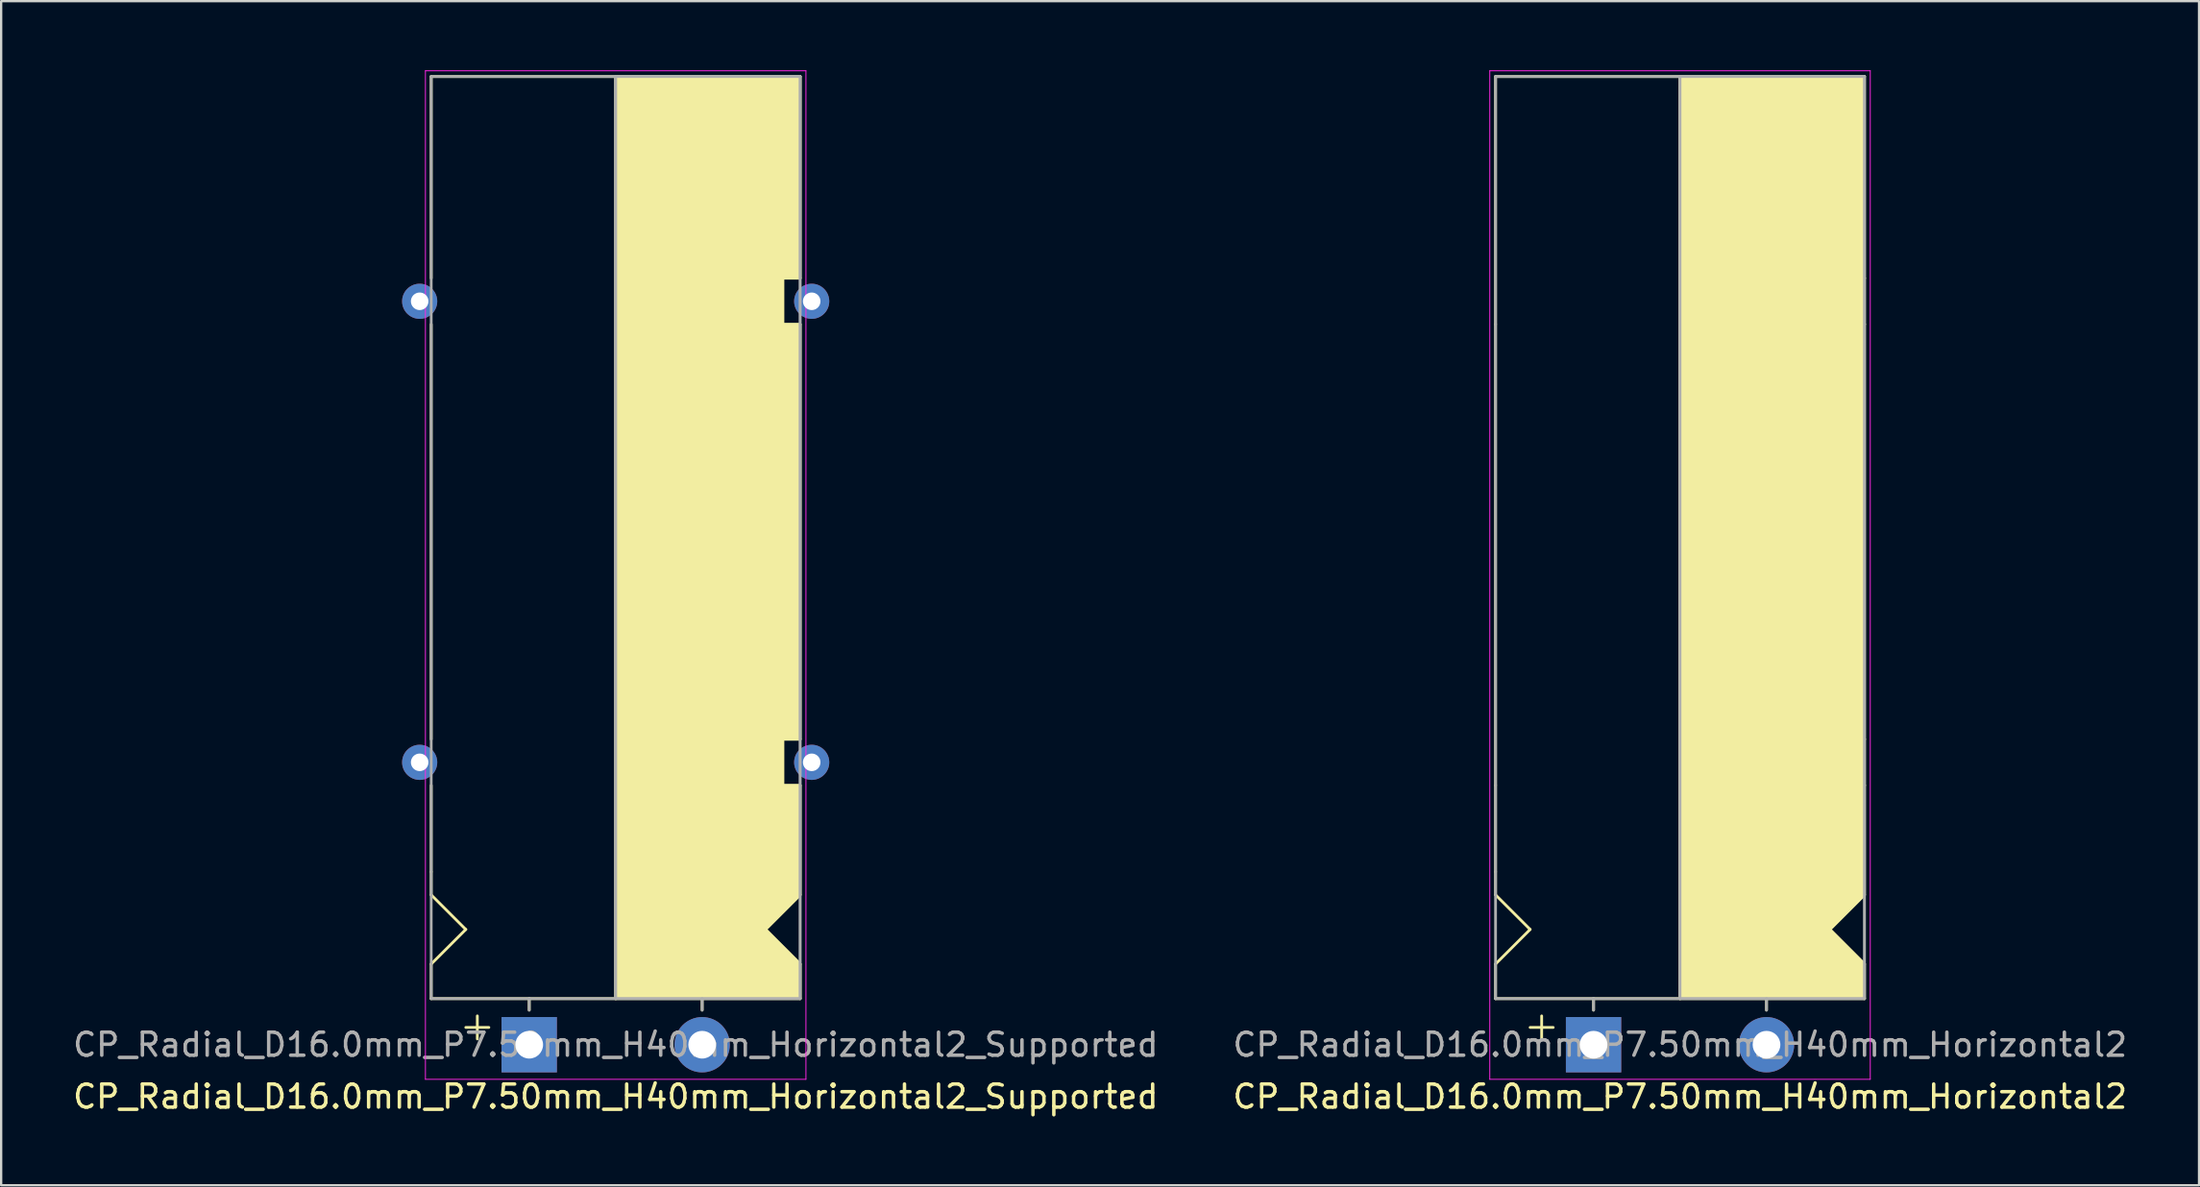
<source format=kicad_pcb>
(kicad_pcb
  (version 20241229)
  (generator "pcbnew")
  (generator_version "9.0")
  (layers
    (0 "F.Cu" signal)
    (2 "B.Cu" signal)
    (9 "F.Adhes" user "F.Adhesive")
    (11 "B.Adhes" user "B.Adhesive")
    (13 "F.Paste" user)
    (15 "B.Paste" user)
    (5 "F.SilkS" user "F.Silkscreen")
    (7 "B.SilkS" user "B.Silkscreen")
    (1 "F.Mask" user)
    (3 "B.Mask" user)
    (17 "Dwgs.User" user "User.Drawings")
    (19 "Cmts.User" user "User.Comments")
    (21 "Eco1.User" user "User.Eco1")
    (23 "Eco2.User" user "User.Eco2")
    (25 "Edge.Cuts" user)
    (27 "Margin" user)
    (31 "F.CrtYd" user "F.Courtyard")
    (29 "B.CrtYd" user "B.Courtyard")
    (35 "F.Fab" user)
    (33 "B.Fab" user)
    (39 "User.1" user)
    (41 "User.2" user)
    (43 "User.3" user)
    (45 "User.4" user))
  (footprint "CP_Radial_D16.0mm_P7.50mm_H40mm_Horizontal2_Supported"
    (layer "F.Cu")
    (at 19.899 42.27)
    (property "Reference" "CP_Radial_D16.0mm_P7.50mm_H40mm_Horizontal2_Supported" (at 3.75 2.25 0) (layer "F.SilkS") (effects (font (size 1 1) (thickness 0.15))))
    (attr through_hole)
    (fp_line (start -4.25 -33.25) (end -4.25 -42) (stroke (width 0.12) (type solid)) (layer "F.SilkS"))
    (fp_line (start -4.25 -31.25) (end -4.25 -13.25) (stroke (width 0.12) (type solid)) (layer "F.SilkS"))
    (fp_line (start -4.25 -7.5) (end -4.25 -11.25) (stroke (width 0.12) (type solid)) (layer "F.SilkS"))
    (fp_line (start -4.25 -6.5) (end -4.25 -7.5) (stroke (width 0.12) (type solid)) (layer "F.SilkS"))
    (fp_line (start -4.25 -3.5) (end -2.75 -5) (stroke (width 0.12) (type solid)) (layer "F.SilkS"))
    (fp_line (start -4.25 -2) (end -4.25 -3.5) (stroke (width 0.12) (type solid)) (layer "F.SilkS"))
    (fp_line (start -2.75 -5) (end -4.25 -6.5) (stroke (width 0.12) (type solid)) (layer "F.SilkS"))
    (fp_line (start -2.25 -1.25) (end -2.25 -0.25) (stroke (width 0.12) (type solid)) (layer "F.SilkS"))
    (fp_line (start -1.75 -0.75) (end -2.75 -0.75) (stroke (width 0.12) (type solid)) (layer "F.SilkS"))
    (fp_line (start 0 -1.5) (end 0 -2) (stroke (width 0.12) (type solid)) (layer "F.SilkS"))
    (fp_line (start 3.75 -2) (end -4.25 -2) (stroke (width 0.12) (type solid)) (layer "F.SilkS"))
    (fp_line (start 3.75 -2) (end 3.75 -42) (stroke (width 0.12) (type solid)) (layer "F.SilkS"))
    (fp_line (start 3.75 -2) (end 11.75 -2) (stroke (width 0.12) (type solid)) (layer "F.SilkS"))
    (fp_line (start 7.5 -1.5) (end 7.5 -2) (stroke (width 0.12) (type solid)) (layer "F.SilkS"))
    (fp_line (start 10.25 -5) (end 11.75 -6.5) (stroke (width 0.12) (type solid)) (layer "F.SilkS"))
    (fp_line (start 11 -33.25) (end 11 -31.25) (stroke (width 0.12) (type solid)) (layer "F.SilkS"))
    (fp_line (start 11 -31.25) (end 11.75 -31.25) (stroke (width 0.12) (type solid)) (layer "F.SilkS"))
    (fp_line (start 11 -13.25) (end 11 -11.25) (stroke (width 0.12) (type solid)) (layer "F.SilkS"))
    (fp_line (start 11 -11.25) (end 11.75 -11.25) (stroke (width 0.12) (type solid)) (layer "F.SilkS"))
    (fp_line (start 11.75 -42) (end -4.25 -42) (stroke (width 0.12) (type solid)) (layer "F.SilkS"))
    (fp_line (start 11.75 -42) (end 11.75 -33.25) (stroke (width 0.12) (type solid)) (layer "F.SilkS"))
    (fp_line (start 11.75 -33.25) (end 11 -33.25) (stroke (width 0.12) (type solid)) (layer "F.SilkS"))
    (fp_line (start 11.75 -13.25) (end 11 -13.25) (stroke (width 0.12) (type solid)) (layer "F.SilkS"))
    (fp_line (start 11.75 -13.25) (end 11.75 -31.25) (stroke (width 0.12) (type solid)) (layer "F.SilkS"))
    (fp_line (start 11.75 -11.25) (end 11.75 -6.5) (stroke (width 0.12) (type solid)) (layer "F.SilkS"))
    (fp_line (start 11.75 -3.5) (end 10.25 -5) (stroke (width 0.12) (type solid)) (layer "F.SilkS"))
    (fp_line (start 11.75 -2) (end 11.75 -3.5) (stroke (width 0.12) (type solid)) (layer "F.SilkS"))
    (fp_poly (pts (xy 11.75 -3.5) (xy 10.25 -5) (xy 11.75 -6.5) (xy 11.75 -11.25) (xy 11 -11.25) (xy 11 -13.25) (xy 11.75 -13.25) (xy 11.75 -31.25) (xy 11 -31.25) (xy 11 -33.25) (xy 11.75 -33.25) (xy 11.75 -42) (xy 3.75 -42) (xy 3.75 -2) (xy 11.75 -2)) (stroke (width 0.1) (type solid)) (fill yes) (layer "F.SilkS"))
    (fp_line (start -4.5 -42.25) (end -4.5 1.5) (stroke (width 0.04) (type solid)) (layer "F.CrtYd"))
    (fp_line (start -4.5 1.5) (end 12 1.5) (stroke (width 0.04) (type solid)) (layer "F.CrtYd"))
    (fp_line (start 12 -42.25) (end -4.5 -42.25) (stroke (width 0.04) (type solid)) (layer "F.CrtYd"))
    (fp_line (start 12 1.5) (end 12 -42.25) (stroke (width 0.04) (type solid)) (layer "F.CrtYd"))
    (fp_line (start -4.25 -42) (end 11.75 -42) (stroke (width 0.12) (type solid)) (layer "F.Fab"))
    (fp_line (start -4.25 -2) (end -4.25 -42) (stroke (width 0.12) (type solid)) (layer "F.Fab"))
    (fp_line (start 0 -2) (end -4.25 -2) (stroke (width 0.12) (type solid)) (layer "F.Fab"))
    (fp_line (start 0 -1.5) (end 0 -2) (stroke (width 0.12) (type solid)) (layer "F.Fab"))
    (fp_line (start 3.75 -2) (end 3.75 -42) (stroke (width 0.12) (type solid)) (layer "F.Fab"))
    (fp_line (start 7.5 -1.5) (end 7.5 -2) (stroke (width 0.12) (type solid)) (layer "F.Fab"))
    (fp_line (start 11.75 -42) (end 11.75 -2) (stroke (width 0.12) (type solid)) (layer "F.Fab"))
    (fp_line (start 11.75 -2) (end 0 -2) (stroke (width 0.12) (type solid)) (layer "F.Fab"))
    (fp_poly (pts (xy 11.75 -42) (xy 3.75 -42) (xy 3.75 -2) (xy 11.75 -2)) (stroke (width 0.1) (type solid)) (fill no) (layer "F.Fab"))
    (fp_text user "${REFERENCE}" (at 3.75 0 0) (layer "F.Fab") (effects (font (size 1 1) (thickness 0.15))))
    (pad "" thru_hole circle (at -4.75 -32.25 180) (size 1.524 1.524) (drill 0.762) (layers "*.Cu" "*.Mask"))
    (pad "" thru_hole circle (at -4.75 -12.25 180) (size 1.524 1.524) (drill 0.762) (layers "*.Cu" "*.Mask"))
    (pad "" thru_hole circle (at 12.25 -32.25 180) (size 1.524 1.524) (drill 0.762) (layers "*.Cu" "*.Mask"))
    (pad "" thru_hole circle (at 12.25 -12.25 180) (size 1.524 1.524) (drill 0.762) (layers "*.Cu" "*.Mask"))
    (pad "1" thru_hole rect (at 0 0) (size 2.4 2.4) (drill 1.2) (layers "*.Cu" "*.Mask"))
    (pad "2" thru_hole circle (at 7.5 0) (size 2.4 2.4) (drill 1.2) (layers "*.Cu" "*.Mask")))
  (footprint "CP_Radial_D16.0mm_P7.50mm_H40mm_Horizontal2"
    (layer "F.Cu")
    (at 66.054 42.27)
    (property "Reference" "CP_Radial_D16.0mm_P7.50mm_H40mm_Horizontal2" (at 3.75 2.25 0) (layer "F.SilkS") (effects (font (size 1 1) (thickness 0.15))))
    (attr through_hole)
    (fp_line (start -4.25 -31.25) (end -4.25 -42) (stroke (width 0.12) (type solid)) (layer "F.SilkS"))
    (fp_line (start -4.25 -31.25) (end -4.25 -11.25) (stroke (width 0.12) (type solid)) (layer "F.SilkS"))
    (fp_line (start -4.25 -7.5) (end -4.25 -11.25) (stroke (width 0.12) (type solid)) (layer "F.SilkS"))
    (fp_line (start -4.25 -6.5) (end -4.25 -7.5) (stroke (width 0.12) (type solid)) (layer "F.SilkS"))
    (fp_line (start -4.25 -3.5) (end -2.75 -5) (stroke (width 0.12) (type solid)) (layer "F.SilkS"))
    (fp_line (start -4.25 -2) (end -4.25 -3.5) (stroke (width 0.12) (type solid)) (layer "F.SilkS"))
    (fp_line (start -2.75 -5) (end -4.25 -6.5) (stroke (width 0.12) (type solid)) (layer "F.SilkS"))
    (fp_line (start -2.25 -1.25) (end -2.25 -0.25) (stroke (width 0.12) (type solid)) (layer "F.SilkS"))
    (fp_line (start -1.75 -0.75) (end -2.75 -0.75) (stroke (width 0.12) (type solid)) (layer "F.SilkS"))
    (fp_line (start 0 -1.5) (end 0 -2) (stroke (width 0.12) (type solid)) (layer "F.SilkS"))
    (fp_line (start 3.75 -2) (end -4.25 -2) (stroke (width 0.12) (type solid)) (layer "F.SilkS"))
    (fp_line (start 3.75 -2) (end 3.75 -42) (stroke (width 0.12) (type solid)) (layer "F.SilkS"))
    (fp_line (start 3.75 -2) (end 11.75 -2) (stroke (width 0.12) (type solid)) (layer "F.SilkS"))
    (fp_line (start 7.5 -1.5) (end 7.5 -2) (stroke (width 0.12) (type solid)) (layer "F.SilkS"))
    (fp_line (start 10.25 -5) (end 11.75 -6.5) (stroke (width 0.12) (type solid)) (layer "F.SilkS"))
    (fp_line (start 11 -31.25) (end 11.75 -31.25) (stroke (width 0.12) (type solid)) (layer "F.SilkS"))
    (fp_line (start 11 -11.25) (end 11.75 -11.25) (stroke (width 0.12) (type solid)) (layer "F.SilkS"))
    (fp_line (start 11.75 -42) (end -4.25 -42) (stroke (width 0.12) (type solid)) (layer "F.SilkS"))
    (fp_line (start 11.75 -42) (end 11.75 -33.25) (stroke (width 0.12) (type solid)) (layer "F.SilkS"))
    (fp_line (start 11.75 -33.25) (end 11 -33.25) (stroke (width 0.12) (type solid)) (layer "F.SilkS"))
    (fp_line (start 11.75 -33.25) (end 11.75 -31.25) (stroke (width 0.12) (type solid)) (layer "F.SilkS"))
    (fp_line (start 11.75 -13.25) (end 11 -13.25) (stroke (width 0.12) (type solid)) (layer "F.SilkS"))
    (fp_line (start 11.75 -13.25) (end 11.75 -31.25) (stroke (width 0.12) (type solid)) (layer "F.SilkS"))
    (fp_line (start 11.75 -13.25) (end 11.75 -11.25) (stroke (width 0.12) (type solid)) (layer "F.SilkS"))
    (fp_line (start 11.75 -11.25) (end 11.75 -6.5) (stroke (width 0.12) (type solid)) (layer "F.SilkS"))
    (fp_line (start 11.75 -3.5) (end 10.25 -5) (stroke (width 0.12) (type solid)) (layer "F.SilkS"))
    (fp_line (start 11.75 -2) (end 11.75 -3.5) (stroke (width 0.12) (type solid)) (layer "F.SilkS"))
    (fp_poly (pts (xy 11.75 -3.5) (xy 10.25 -5) (xy 11.75 -6.5) (xy 11.75 -11.25) (xy 11.748 -11.25) (xy 11.748 -13.25) (xy 11.75 -13.25) (xy 11.75 -31.25) (xy 11.748 -31.25) (xy 11.748 -33.25) (xy 11.75 -33.25) (xy 11.75 -42) (xy 3.75 -42) (xy 3.75 -2) (xy 11.75 -2)) (stroke (width 0.1) (type solid)) (fill yes) (layer "F.SilkS"))
    (fp_line (start -4.5 -42.25) (end -4.5 1.5) (stroke (width 0.04) (type solid)) (layer "F.CrtYd"))
    (fp_line (start -4.5 1.5) (end 12 1.5) (stroke (width 0.04) (type solid)) (layer "F.CrtYd"))
    (fp_line (start 12 -42.25) (end -4.5 -42.25) (stroke (width 0.04) (type solid)) (layer "F.CrtYd"))
    (fp_line (start 12 1.5) (end 12 -42.25) (stroke (width 0.04) (type solid)) (layer "F.CrtYd"))
    (fp_line (start -4.25 -42) (end 11.75 -42) (stroke (width 0.12) (type solid)) (layer "F.Fab"))
    (fp_line (start -4.25 -2) (end -4.25 -42) (stroke (width 0.12) (type solid)) (layer "F.Fab"))
    (fp_line (start 0 -2) (end -4.25 -2) (stroke (width 0.12) (type solid)) (layer "F.Fab"))
    (fp_line (start 0 -1.5) (end 0 -2) (stroke (width 0.12) (type solid)) (layer "F.Fab"))
    (fp_line (start 3.75 -2) (end 3.75 -42) (stroke (width 0.12) (type solid)) (layer "F.Fab"))
    (fp_line (start 7.5 -1.5) (end 7.5 -2) (stroke (width 0.12) (type solid)) (layer "F.Fab"))
    (fp_line (start 11.75 -42) (end 11.75 -2) (stroke (width 0.12) (type solid)) (layer "F.Fab"))
    (fp_line (start 11.75 -2) (end 0 -2) (stroke (width 0.12) (type solid)) (layer "F.Fab"))
    (fp_poly (pts (xy 11.75 -42) (xy 3.75 -42) (xy 3.75 -2) (xy 11.75 -2)) (stroke (width 0.1) (type solid)) (fill no) (layer "F.Fab"))
    (fp_text user "${REFERENCE}" (at 3.75 0 0) (layer "F.Fab") (effects (font (size 1 1) (thickness 0.15))))
    (pad "1" thru_hole rect (at 0 0) (size 2.4 2.4) (drill 1.2) (layers "*.Cu" "*.Mask"))
    (pad "2" thru_hole circle (at 7.5 0) (size 2.4 2.4) (drill 1.2) (layers "*.Cu" "*.Mask")))
  (gr_rect
    (start -3 -3)
    (end 92.31 48.368)
    (stroke (width 0.1) (type default))
    (fill no)
    (layer "Edge.Cuts")))
</source>
